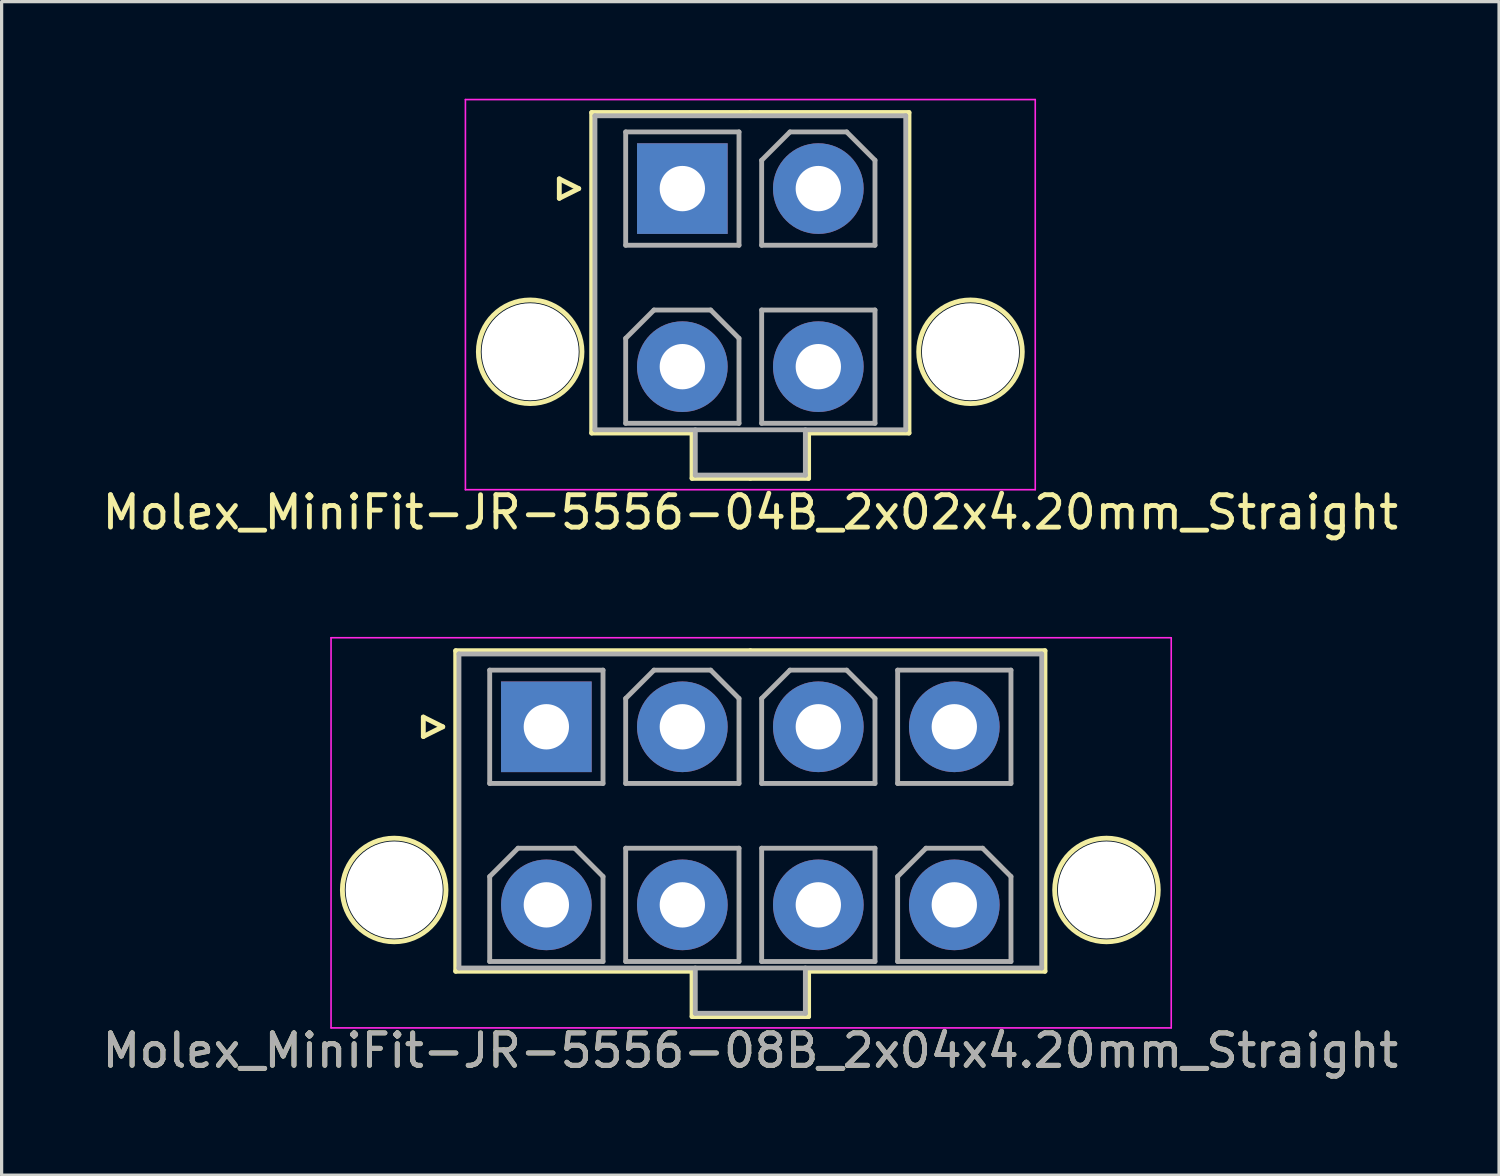
<source format=kicad_pcb>
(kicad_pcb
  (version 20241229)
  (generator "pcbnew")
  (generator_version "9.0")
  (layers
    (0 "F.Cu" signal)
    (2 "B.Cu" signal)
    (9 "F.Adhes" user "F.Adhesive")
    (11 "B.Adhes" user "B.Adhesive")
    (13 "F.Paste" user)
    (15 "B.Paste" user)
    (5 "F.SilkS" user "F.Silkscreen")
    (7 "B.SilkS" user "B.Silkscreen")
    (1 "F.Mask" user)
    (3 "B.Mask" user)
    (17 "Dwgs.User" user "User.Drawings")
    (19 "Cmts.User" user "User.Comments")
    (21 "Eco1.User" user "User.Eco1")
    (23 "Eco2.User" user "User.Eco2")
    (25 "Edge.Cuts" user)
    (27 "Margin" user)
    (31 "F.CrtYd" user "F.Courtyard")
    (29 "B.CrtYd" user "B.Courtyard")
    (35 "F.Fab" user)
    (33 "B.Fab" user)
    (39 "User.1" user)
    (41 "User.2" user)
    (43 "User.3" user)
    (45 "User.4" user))
  (footprint "Molex_MiniFit-JR-5556-04B_2x02x4.20mm_Straight"
    (layer "F.Cu")
    (at 18.025 2.775)
    (property "Reference" "Molex_MiniFit-JR-5556-04B_2x02x4.20mm_Straight" (at 2.1 10 0) (layer "F.SilkS") (effects (font (size 1 1) (thickness 0.15))))
    (attr through_hole)
    (fp_line (start -3.8 -0.3) (end -3.2 0) (stroke (width 0.15) (type solid)) (layer "F.SilkS"))
    (fp_line (start -3.8 0.3) (end -3.8 -0.3) (stroke (width 0.15) (type solid)) (layer "F.SilkS"))
    (fp_line (start -3.2 0) (end -3.8 0.3) (stroke (width 0.15) (type solid)) (layer "F.SilkS"))
    (fp_line (start -2.8 -2.35) (end -2.8 7.55) (stroke (width 0.15) (type solid)) (layer "F.SilkS"))
    (fp_line (start -2.8 7.55) (end 0.3 7.55) (stroke (width 0.15) (type solid)) (layer "F.SilkS"))
    (fp_line (start 0.3 7.55) (end 0.3 8.95) (stroke (width 0.15) (type solid)) (layer "F.SilkS"))
    (fp_line (start 0.3 8.95) (end 2.1 8.95) (stroke (width 0.15) (type solid)) (layer "F.SilkS"))
    (fp_line (start 2.1 -2.35) (end -2.8 -2.35) (stroke (width 0.15) (type solid)) (layer "F.SilkS"))
    (fp_line (start 2.1 -2.35) (end 7 -2.35) (stroke (width 0.15) (type solid)) (layer "F.SilkS"))
    (fp_line (start 3.9 7.55) (end 3.9 8.95) (stroke (width 0.15) (type solid)) (layer "F.SilkS"))
    (fp_line (start 3.9 8.95) (end 2.1 8.95) (stroke (width 0.15) (type solid)) (layer "F.SilkS"))
    (fp_line (start 7 -2.35) (end 7 7.55) (stroke (width 0.15) (type solid)) (layer "F.SilkS"))
    (fp_line (start 7 7.55) (end 3.9 7.55) (stroke (width 0.15) (type solid)) (layer "F.SilkS"))
    (fp_circle (center -4.7 5.04) (end -3.1 5.04) (stroke (width 0.15) (type solid)) (fill no) (layer "F.SilkS"))
    (fp_circle (center 8.9 5.04) (end 10.5 5.04) (stroke (width 0.15) (type solid)) (fill no) (layer "F.SilkS"))
    (fp_line (start -6.7 -2.75) (end -6.7 9.3) (stroke (width 0.05) (type solid)) (layer "F.CrtYd"))
    (fp_line (start -6.7 9.3) (end 10.9 9.3) (stroke (width 0.05) (type solid)) (layer "F.CrtYd"))
    (fp_line (start 10.9 -2.75) (end -6.7 -2.75) (stroke (width 0.05) (type solid)) (layer "F.CrtYd"))
    (fp_line (start 10.9 9.3) (end 10.9 -2.75) (stroke (width 0.05) (type solid)) (layer "F.CrtYd"))
    (fp_line (start -2.7 -2.25) (end -2.7 7.45) (stroke (width 0.15) (type solid)) (layer "F.Fab"))
    (fp_line (start -2.7 7.45) (end 6.9 7.45) (stroke (width 0.15) (type solid)) (layer "F.Fab"))
    (fp_line (start -1.75 -1.75) (end -1.75 1.75) (stroke (width 0.15) (type solid)) (layer "F.Fab"))
    (fp_line (start -1.75 1.75) (end 1.75 1.75) (stroke (width 0.15) (type solid)) (layer "F.Fab"))
    (fp_line (start -1.75 4.625) (end -0.875 3.75) (stroke (width 0.15) (type solid)) (layer "F.Fab"))
    (fp_line (start -1.75 7.25) (end -1.75 4.625) (stroke (width 0.15) (type solid)) (layer "F.Fab"))
    (fp_line (start -0.875 3.75) (end 0.875 3.75) (stroke (width 0.15) (type solid)) (layer "F.Fab"))
    (fp_line (start 0.4 7.45) (end 0.4 8.85) (stroke (width 0.15) (type solid)) (layer "F.Fab"))
    (fp_line (start 0.4 8.85) (end 3.8 8.85) (stroke (width 0.15) (type solid)) (layer "F.Fab"))
    (fp_line (start 0.875 3.75) (end 1.75 4.625) (stroke (width 0.15) (type solid)) (layer "F.Fab"))
    (fp_line (start 1.75 -1.75) (end -1.75 -1.75) (stroke (width 0.15) (type solid)) (layer "F.Fab"))
    (fp_line (start 1.75 1.75) (end 1.75 -1.75) (stroke (width 0.15) (type solid)) (layer "F.Fab"))
    (fp_line (start 1.75 4.625) (end 1.75 7.25) (stroke (width 0.15) (type solid)) (layer "F.Fab"))
    (fp_line (start 1.75 7.25) (end -1.75 7.25) (stroke (width 0.15) (type solid)) (layer "F.Fab"))
    (fp_line (start 2.45 -0.875) (end 3.325 -1.75) (stroke (width 0.15) (type solid)) (layer "F.Fab"))
    (fp_line (start 2.45 1.75) (end 2.45 -0.875) (stroke (width 0.15) (type solid)) (layer "F.Fab"))
    (fp_line (start 2.45 3.75) (end 2.45 7.25) (stroke (width 0.15) (type solid)) (layer "F.Fab"))
    (fp_line (start 2.45 7.25) (end 5.95 7.25) (stroke (width 0.15) (type solid)) (layer "F.Fab"))
    (fp_line (start 3.325 -1.75) (end 5.075 -1.75) (stroke (width 0.15) (type solid)) (layer "F.Fab"))
    (fp_line (start 3.8 8.85) (end 3.8 7.45) (stroke (width 0.15) (type solid)) (layer "F.Fab"))
    (fp_line (start 5.075 -1.75) (end 5.95 -0.875) (stroke (width 0.15) (type solid)) (layer "F.Fab"))
    (fp_line (start 5.95 -0.875) (end 5.95 1.75) (stroke (width 0.15) (type solid)) (layer "F.Fab"))
    (fp_line (start 5.95 1.75) (end 2.45 1.75) (stroke (width 0.15) (type solid)) (layer "F.Fab"))
    (fp_line (start 5.95 3.75) (end 2.45 3.75) (stroke (width 0.15) (type solid)) (layer "F.Fab"))
    (fp_line (start 5.95 7.25) (end 5.95 3.75) (stroke (width 0.15) (type solid)) (layer "F.Fab"))
    (fp_line (start 6.9 -2.25) (end -2.7 -2.25) (stroke (width 0.15) (type solid)) (layer "F.Fab"))
    (fp_line (start 6.9 7.45) (end 6.9 -2.25) (stroke (width 0.15) (type solid)) (layer "F.Fab"))
    (pad "" np_thru_hole circle (at -4.7 5.04) (size 3 3) (drill 3) (layers "*.Cu"))
    (pad "" np_thru_hole circle (at 8.9 5.04) (size 3 3) (drill 3) (layers "*.Cu"))
    (pad "1" thru_hole rect (at 0 0) (size 2.8 2.8) (drill 1.4) (layers "*.Cu" "*.Mask"))
    (pad "2" thru_hole circle (at 4.2 0) (size 2.8 2.8) (drill 1.4) (layers "*.Cu" "*.Mask"))
    (pad "3" thru_hole circle (at 0 5.5) (size 2.8 2.8) (drill 1.4) (layers "*.Cu" "*.Mask"))
    (pad "4" thru_hole circle (at 4.2 5.5) (size 2.8 2.8) (drill 1.4) (layers "*.Cu" "*.Mask")))
  (footprint "Molex_MiniFit-JR-5556-08B_2x04x4.20mm_Straight"
    (layer "F.Cu")
    (at 13.825 19.398)
    (property "Reference" "Molex_MiniFit-JR-5556-08B_2x04x4.20mm_Straight" (at 6.3 10 0) (layer "F.SilkS") (effects (font (size 1 1) (thickness 0.15))))
    (attr through_hole)
    (fp_line (start -3.8 -0.3) (end -3.2 0) (stroke (width 0.15) (type solid)) (layer "F.SilkS"))
    (fp_line (start -3.8 0.3) (end -3.8 -0.3) (stroke (width 0.15) (type solid)) (layer "F.SilkS"))
    (fp_line (start -3.2 0) (end -3.8 0.3) (stroke (width 0.15) (type solid)) (layer "F.SilkS"))
    (fp_line (start -2.8 -2.35) (end -2.8 7.55) (stroke (width 0.15) (type solid)) (layer "F.SilkS"))
    (fp_line (start -2.8 7.55) (end 4.5 7.55) (stroke (width 0.15) (type solid)) (layer "F.SilkS"))
    (fp_line (start 4.5 7.55) (end 4.5 8.95) (stroke (width 0.15) (type solid)) (layer "F.SilkS"))
    (fp_line (start 4.5 8.95) (end 6.3 8.95) (stroke (width 0.15) (type solid)) (layer "F.SilkS"))
    (fp_line (start 6.3 -2.35) (end -2.8 -2.35) (stroke (width 0.15) (type solid)) (layer "F.SilkS"))
    (fp_line (start 6.3 -2.35) (end 15.4 -2.35) (stroke (width 0.15) (type solid)) (layer "F.SilkS"))
    (fp_line (start 8.1 7.55) (end 8.1 8.95) (stroke (width 0.15) (type solid)) (layer "F.SilkS"))
    (fp_line (start 8.1 8.95) (end 6.3 8.95) (stroke (width 0.15) (type solid)) (layer "F.SilkS"))
    (fp_line (start 15.4 -2.35) (end 15.4 7.55) (stroke (width 0.15) (type solid)) (layer "F.SilkS"))
    (fp_line (start 15.4 7.55) (end 8.1 7.55) (stroke (width 0.15) (type solid)) (layer "F.SilkS"))
    (fp_circle (center -4.7 5.04) (end -3.1 5.04) (stroke (width 0.15) (type solid)) (fill no) (layer "F.SilkS"))
    (fp_circle (center 17.3 5.04) (end 18.9 5.04) (stroke (width 0.15) (type solid)) (fill no) (layer "F.SilkS"))
    (fp_line (start -6.65 -2.75) (end -6.65 9.3) (stroke (width 0.05) (type solid)) (layer "F.CrtYd"))
    (fp_line (start -6.65 9.3) (end 19.3 9.3) (stroke (width 0.05) (type solid)) (layer "F.CrtYd"))
    (fp_line (start 19.3 -2.75) (end -6.65 -2.75) (stroke (width 0.05) (type solid)) (layer "F.CrtYd"))
    (fp_line (start 19.3 9.3) (end 19.3 -2.75) (stroke (width 0.05) (type solid)) (layer "F.CrtYd"))
    (fp_line (start -2.7 -2.25) (end -2.7 7.45) (stroke (width 0.15) (type solid)) (layer "F.Fab"))
    (fp_line (start -2.7 7.45) (end 15.3 7.45) (stroke (width 0.15) (type solid)) (layer "F.Fab"))
    (fp_line (start -1.75 -1.75) (end -1.75 1.75) (stroke (width 0.15) (type solid)) (layer "F.Fab"))
    (fp_line (start -1.75 1.75) (end 1.75 1.75) (stroke (width 0.15) (type solid)) (layer "F.Fab"))
    (fp_line (start -1.75 4.625) (end -0.875 3.75) (stroke (width 0.15) (type solid)) (layer "F.Fab"))
    (fp_line (start -1.75 7.25) (end -1.75 4.625) (stroke (width 0.15) (type solid)) (layer "F.Fab"))
    (fp_line (start -0.875 3.75) (end 0.875 3.75) (stroke (width 0.15) (type solid)) (layer "F.Fab"))
    (fp_line (start 0.875 3.75) (end 1.75 4.625) (stroke (width 0.15) (type solid)) (layer "F.Fab"))
    (fp_line (start 1.75 -1.75) (end -1.75 -1.75) (stroke (width 0.15) (type solid)) (layer "F.Fab"))
    (fp_line (start 1.75 1.75) (end 1.75 -1.75) (stroke (width 0.15) (type solid)) (layer "F.Fab"))
    (fp_line (start 1.75 4.625) (end 1.75 7.25) (stroke (width 0.15) (type solid)) (layer "F.Fab"))
    (fp_line (start 1.75 7.25) (end -1.75 7.25) (stroke (width 0.15) (type solid)) (layer "F.Fab"))
    (fp_line (start 2.45 -0.875) (end 3.325 -1.75) (stroke (width 0.15) (type solid)) (layer "F.Fab"))
    (fp_line (start 2.45 1.75) (end 2.45 -0.875) (stroke (width 0.15) (type solid)) (layer "F.Fab"))
    (fp_line (start 2.45 3.75) (end 2.45 7.25) (stroke (width 0.15) (type solid)) (layer "F.Fab"))
    (fp_line (start 2.45 7.25) (end 5.95 7.25) (stroke (width 0.15) (type solid)) (layer "F.Fab"))
    (fp_line (start 3.325 -1.75) (end 5.075 -1.75) (stroke (width 0.15) (type solid)) (layer "F.Fab"))
    (fp_line (start 4.6 7.45) (end 4.6 8.85) (stroke (width 0.15) (type solid)) (layer "F.Fab"))
    (fp_line (start 4.6 8.85) (end 8 8.85) (stroke (width 0.15) (type solid)) (layer "F.Fab"))
    (fp_line (start 5.075 -1.75) (end 5.95 -0.875) (stroke (width 0.15) (type solid)) (layer "F.Fab"))
    (fp_line (start 5.95 -0.875) (end 5.95 1.75) (stroke (width 0.15) (type solid)) (layer "F.Fab"))
    (fp_line (start 5.95 1.75) (end 2.45 1.75) (stroke (width 0.15) (type solid)) (layer "F.Fab"))
    (fp_line (start 5.95 3.75) (end 2.45 3.75) (stroke (width 0.15) (type solid)) (layer "F.Fab"))
    (fp_line (start 5.95 7.25) (end 5.95 3.75) (stroke (width 0.15) (type solid)) (layer "F.Fab"))
    (fp_line (start 6.65 -0.875) (end 7.525 -1.75) (stroke (width 0.15) (type solid)) (layer "F.Fab"))
    (fp_line (start 6.65 1.75) (end 6.65 -0.875) (stroke (width 0.15) (type solid)) (layer "F.Fab"))
    (fp_line (start 6.65 3.75) (end 6.65 7.25) (stroke (width 0.15) (type solid)) (layer "F.Fab"))
    (fp_line (start 6.65 7.25) (end 10.15 7.25) (stroke (width 0.15) (type solid)) (layer "F.Fab"))
    (fp_line (start 7.525 -1.75) (end 9.275 -1.75) (stroke (width 0.15) (type solid)) (layer "F.Fab"))
    (fp_line (start 8 8.85) (end 8 7.45) (stroke (width 0.15) (type solid)) (layer "F.Fab"))
    (fp_line (start 9.275 -1.75) (end 10.15 -0.875) (stroke (width 0.15) (type solid)) (layer "F.Fab"))
    (fp_line (start 10.15 -0.875) (end 10.15 1.75) (stroke (width 0.15) (type solid)) (layer "F.Fab"))
    (fp_line (start 10.15 1.75) (end 6.65 1.75) (stroke (width 0.15) (type solid)) (layer "F.Fab"))
    (fp_line (start 10.15 3.75) (end 6.65 3.75) (stroke (width 0.15) (type solid)) (layer "F.Fab"))
    (fp_line (start 10.15 7.25) (end 10.15 3.75) (stroke (width 0.15) (type solid)) (layer "F.Fab"))
    (fp_line (start 10.85 -1.75) (end 10.85 1.75) (stroke (width 0.15) (type solid)) (layer "F.Fab"))
    (fp_line (start 10.85 1.75) (end 14.35 1.75) (stroke (width 0.15) (type solid)) (layer "F.Fab"))
    (fp_line (start 10.85 4.625) (end 11.725 3.75) (stroke (width 0.15) (type solid)) (layer "F.Fab"))
    (fp_line (start 10.85 7.25) (end 10.85 4.625) (stroke (width 0.15) (type solid)) (layer "F.Fab"))
    (fp_line (start 11.725 3.75) (end 13.475 3.75) (stroke (width 0.15) (type solid)) (layer "F.Fab"))
    (fp_line (start 13.475 3.75) (end 14.35 4.625) (stroke (width 0.15) (type solid)) (layer "F.Fab"))
    (fp_line (start 14.35 -1.75) (end 10.85 -1.75) (stroke (width 0.15) (type solid)) (layer "F.Fab"))
    (fp_line (start 14.35 1.75) (end 14.35 -1.75) (stroke (width 0.15) (type solid)) (layer "F.Fab"))
    (fp_line (start 14.35 4.625) (end 14.35 7.25) (stroke (width 0.15) (type solid)) (layer "F.Fab"))
    (fp_line (start 14.35 7.25) (end 10.85 7.25) (stroke (width 0.15) (type solid)) (layer "F.Fab"))
    (fp_line (start 15.3 -2.25) (end -2.7 -2.25) (stroke (width 0.15) (type solid)) (layer "F.Fab"))
    (fp_line (start 15.3 7.45) (end 15.3 -2.25) (stroke (width 0.15) (type solid)) (layer "F.Fab"))
    (fp_text user "${REFERENCE}" (at 6.3 10 0) (layer "F.Fab") (effects (font (size 1 1) (thickness 0.15))))
    (pad "" np_thru_hole circle (at -4.7 5.04) (size 3 3) (drill 3) (layers "*.Cu"))
    (pad "" np_thru_hole circle (at 17.3 5.04) (size 3 3) (drill 3) (layers "*.Cu"))
    (pad "1" thru_hole rect (at 0 0) (size 2.8 2.8) (drill 1.4) (layers "*.Cu" "*.Mask"))
    (pad "2" thru_hole circle (at 4.2 0) (size 2.8 2.8) (drill 1.4) (layers "*.Cu" "*.Mask"))
    (pad "3" thru_hole circle (at 8.4 0) (size 2.8 2.8) (drill 1.4) (layers "*.Cu" "*.Mask"))
    (pad "4" thru_hole circle (at 12.6 0) (size 2.8 2.8) (drill 1.4) (layers "*.Cu" "*.Mask"))
    (pad "5" thru_hole circle (at 0 5.5) (size 2.8 2.8) (drill 1.4) (layers "*.Cu" "*.Mask"))
    (pad "6" thru_hole circle (at 4.2 5.5) (size 2.8 2.8) (drill 1.4) (layers "*.Cu" "*.Mask"))
    (pad "7" thru_hole circle (at 8.4 5.5) (size 2.8 2.8) (drill 1.4) (layers "*.Cu" "*.Mask"))
    (pad "8" thru_hole circle (at 12.6 5.5) (size 2.8 2.8) (drill 1.4) (layers "*.Cu" "*.Mask")))
  (gr_rect
    (start -3 -3)
    (end 43.25 33.246)
    (stroke (width 0.1) (type default))
    (fill no)
    (layer "Edge.Cuts")))
</source>
